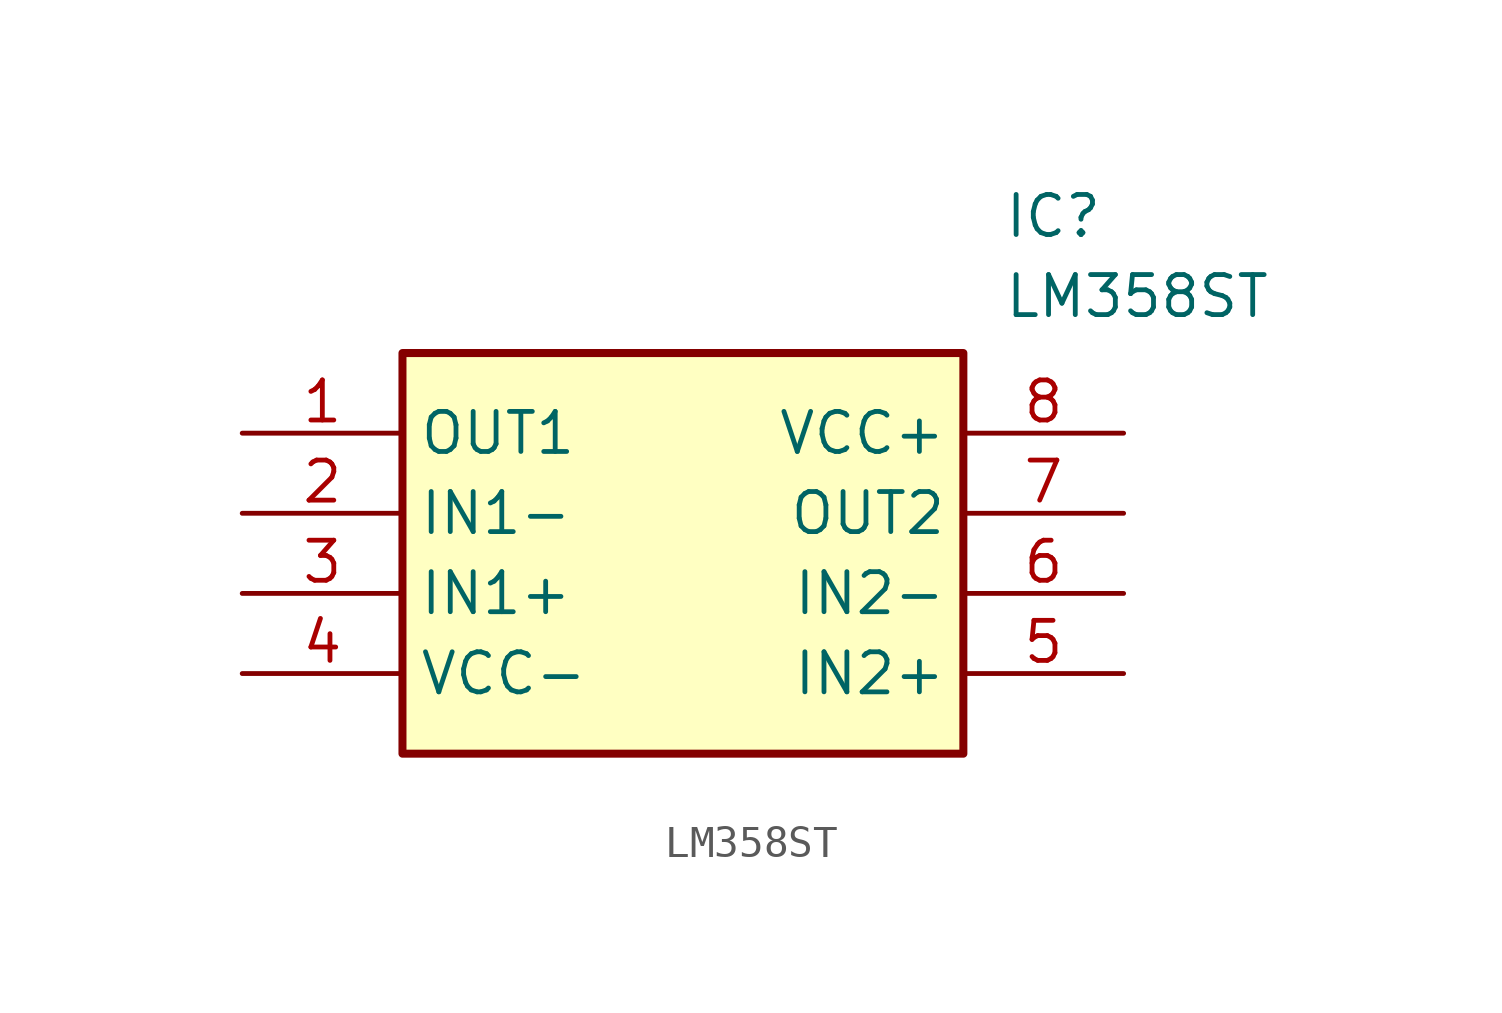
<source format=kicad_sym>
(kicad_symbol_lib
  (version 20211014)
  (generator SamacSys_ECAD_Model)
  (symbol "LM358ST"
    (property "Reference" "IC"
      (at 24.13 7.62 0)
      (effects (font (size 1.27 1.27)) (justify left top)))
    (property "Value" "LM358ST"
      (at 24.13 5.08 0)
      (effects (font (size 1.27 1.27)) (justify left top)))
    (rectangle
      (start 5.08 2.54)
      (end 22.86 -10.16)
      (stroke (width 0.254) (type default))
      (fill (type background)))
    (pin passive line
      (at 0 0 0)
      (length 5.08)
      (name "OUT1" (effects (font (size 1.27 1.27))))
      (number "1" (effects (font (size 1.27 1.27)))))
    (pin passive line
      (at 0 -2.54 0)
      (length 5.08)
      (name "IN1-" (effects (font (size 1.27 1.27))))
      (number "2" (effects (font (size 1.27 1.27)))))
    (pin passive line
      (at 0 -5.08 0)
      (length 5.08)
      (name "IN1+" (effects (font (size 1.27 1.27))))
      (number "3" (effects (font (size 1.27 1.27)))))
    (pin passive line
      (at 0 -7.62 0)
      (length 5.08)
      (name "VCC-" (effects (font (size 1.27 1.27))))
      (number "4" (effects (font (size 1.27 1.27)))))
    (pin passive line
      (at 27.94 0 180)
      (length 5.08)
      (name "VCC+" (effects (font (size 1.27 1.27))))
      (number "8" (effects (font (size 1.27 1.27)))))
    (pin passive line
      (at 27.94 -2.54 180)
      (length 5.08)
      (name "OUT2" (effects (font (size 1.27 1.27))))
      (number "7" (effects (font (size 1.27 1.27)))))
    (pin passive line
      (at 27.94 -5.08 180)
      (length 5.08)
      (name "IN2-" (effects (font (size 1.27 1.27))))
      (number "6" (effects (font (size 1.27 1.27)))))
    (pin passive line
      (at 27.94 -7.62 180)
      (length 5.08)
      (name "IN2+" (effects (font (size 1.27 1.27))))
      (number "5" (effects (font (size 1.27 1.27)))))))
</source>
